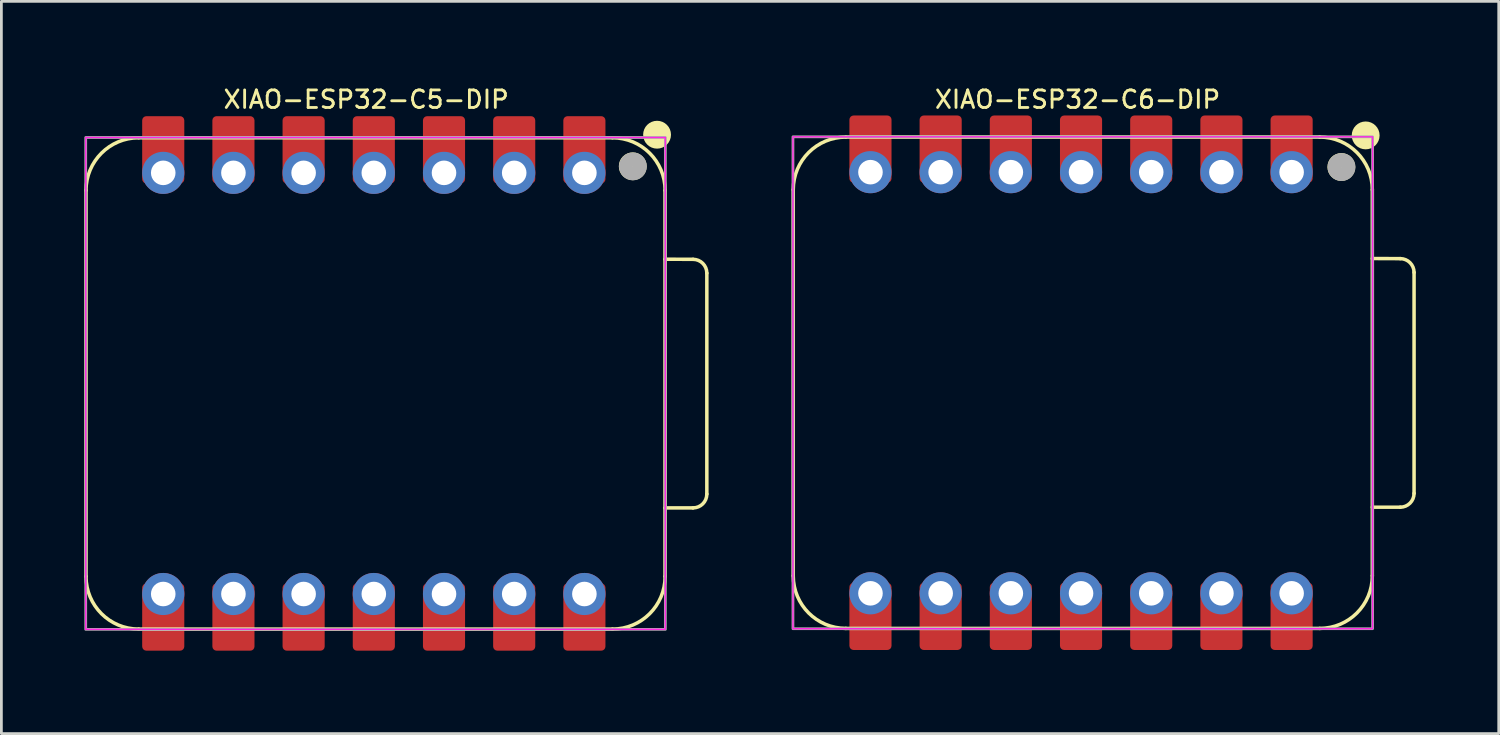
<source format=kicad_pcb>
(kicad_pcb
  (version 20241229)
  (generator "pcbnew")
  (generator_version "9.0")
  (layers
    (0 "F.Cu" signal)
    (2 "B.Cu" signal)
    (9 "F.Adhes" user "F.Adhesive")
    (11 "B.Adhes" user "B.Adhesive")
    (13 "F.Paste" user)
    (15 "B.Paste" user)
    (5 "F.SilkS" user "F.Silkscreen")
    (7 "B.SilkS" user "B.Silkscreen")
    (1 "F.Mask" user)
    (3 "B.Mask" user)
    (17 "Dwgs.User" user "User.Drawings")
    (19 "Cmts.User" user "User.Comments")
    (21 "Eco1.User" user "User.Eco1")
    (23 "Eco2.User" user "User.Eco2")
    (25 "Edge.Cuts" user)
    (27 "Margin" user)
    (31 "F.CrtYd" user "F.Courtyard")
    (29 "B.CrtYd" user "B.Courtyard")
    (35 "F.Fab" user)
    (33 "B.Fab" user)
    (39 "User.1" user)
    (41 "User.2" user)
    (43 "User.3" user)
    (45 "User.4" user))
  (footprint "XIAO-ESP32-C5-DIP"
    (layer "F.Cu")
    (at 10.477 10.825)
    (property "Reference" "XIAO-ESP32-C5-DIP" (at -0.275 -10.275 0) (unlocked yes) (layer "F.SilkS") (effects (font (size 0.635 0.635) (thickness 0.102))))
    (attr smd)
    (fp_line (start -10.414 -6.985) (end -10.414 6.985) (stroke (width 0.127) (type solid)) (layer "F.SilkS"))
    (fp_line (start -8.509 -8.89) (end 8.636 -8.89) (stroke (width 0.127) (type solid)) (layer "F.SilkS"))
    (fp_line (start -8.509 8.89) (end 8.636 8.89) (stroke (width 0.127) (type solid)) (layer "F.SilkS"))
    (fp_line (start 10.541 -4.495) (end 11.551 -4.491) (stroke (width 0.127) (type solid)) (layer "F.SilkS"))
    (fp_line (start 10.541 6.985) (end 10.541 -6.985) (stroke (width 0.1) (type solid)) (layer "F.SilkS"))
    (fp_line (start 10.541 6.985) (end 10.541 -6.985) (stroke (width 0.127) (type solid)) (layer "F.SilkS"))
    (fp_line (start 11.551 4.504) (end 10.541 4.504) (stroke (width 0.127) (type solid)) (layer "F.SilkS"))
    (fp_line (start 12.051 -3.991) (end 12.051 4.004) (stroke (width 0.127) (type solid)) (layer "F.SilkS"))
    (fp_arc (start -10.414 -6.985) (mid -9.856038 -8.332038) (end -8.509 -8.89) (stroke (width 0.127) (type solid)) (layer "F.SilkS"))
    (fp_arc (start -8.509 8.89) (mid -9.856038 8.332038) (end -10.414 6.985) (stroke (width 0.127) (type solid)) (layer "F.SilkS"))
    (fp_arc (start 8.636 -8.89) (mid 9.983038 -8.332038) (end 10.541 -6.985) (stroke (width 0.127) (type solid)) (layer "F.SilkS"))
    (fp_arc (start 10.541 6.985) (mid 9.983038 8.332038) (end 8.636 8.89) (stroke (width 0.127) (type solid)) (layer "F.SilkS"))
    (fp_arc (start 11.551272 -4.491272) (mid 11.904644 -4.344724) (end 12.051 -3.991272) (stroke (width 0.127) (type default)) (layer "F.SilkS"))
    (fp_arc (start 12.051 4.004) (mid 11.904553 4.357553) (end 11.551 4.504) (stroke (width 0.127) (type default)) (layer "F.SilkS"))
    (fp_circle (center 9.37 -7.857) (end 9.624 -7.857) (stroke (width 0.5) (type solid)) (fill yes) (layer "F.SilkS"))
    (fp_circle (center 10.25 -9) (end 10.504 -9) (stroke (width 0.5) (type solid)) (fill yes) (layer "F.SilkS"))
    (fp_rect (start -10.425 -8.9) (end 10.55 8.9) (stroke (width 0.05) (type default)) (fill no) (layer "F.CrtYd"))
    (fp_rect (start -10.425 -8.9) (end 10.55 8.9) (stroke (width 0.1) (type default)) (fill no) (layer "F.Fab"))
    (fp_circle (center 9.376 -7.854) (end 9.63 -7.854) (stroke (width 0.5) (type solid)) (fill no) (layer "F.Fab"))
    (pad "1" smd roundrect (at 7.62 -8.455 90) (size 2.432 1.524) (layers "F.Cu" "F.Mask") (roundrect_rratio 0.1))
    (pad "1" thru_hole circle (at 7.62 -7.62 90) (size 1.524 1.524) (drill 0.889) (layers "*.Cu" "*.Mask"))
    (pad "2" smd roundrect (at 5.08 -8.455 90) (size 2.432 1.524) (layers "F.Cu" "F.Mask") (roundrect_rratio 0.1))
    (pad "2" thru_hole circle (at 5.08 -7.62 90) (size 1.524 1.524) (drill 0.889) (layers "*.Cu" "*.Mask"))
    (pad "3" smd roundrect (at 2.54 -8.455 90) (size 2.432 1.524) (layers "F.Cu" "F.Mask") (roundrect_rratio 0.1))
    (pad "3" thru_hole circle (at 2.54 -7.62 90) (size 1.524 1.524) (drill 0.889) (layers "*.Cu" "*.Mask"))
    (pad "4" smd roundrect (at 0 -8.455 90) (size 2.432 1.524) (layers "F.Cu" "F.Mask") (roundrect_rratio 0.1))
    (pad "4" thru_hole circle (at 0 -7.62 90) (size 1.524 1.524) (drill 0.889) (layers "*.Cu" "*.Mask"))
    (pad "5" smd roundrect (at -2.54 -8.455 90) (size 2.432 1.524) (layers "F.Cu" "F.Mask") (roundrect_rratio 0.1))
    (pad "5" thru_hole circle (at -2.54 -7.62 90) (size 1.524 1.524) (drill 0.889) (layers "*.Cu" "*.Mask"))
    (pad "6" smd roundrect (at -5.08 -8.455 90) (size 2.432 1.524) (layers "F.Cu" "F.Mask") (roundrect_rratio 0.1))
    (pad "6" thru_hole circle (at -5.08 -7.62 90) (size 1.524 1.524) (drill 0.889) (layers "*.Cu" "*.Mask"))
    (pad "7" smd roundrect (at -7.62 -8.455 90) (size 2.432 1.524) (layers "F.Cu" "F.Mask") (roundrect_rratio 0.1))
    (pad "7" thru_hole circle (at -7.62 -7.62 90) (size 1.524 1.524) (drill 0.889) (layers "*.Cu" "*.Mask"))
    (pad "8" thru_hole circle (at -7.62 7.62 270) (size 1.524 1.524) (drill 0.889) (layers "*.Cu" "*.Mask"))
    (pad "8" smd roundrect (at -7.62 8.455 270) (size 2.432 1.524) (layers "F.Cu" "F.Mask") (roundrect_rratio 0.1))
    (pad "9" thru_hole circle (at -5.08 7.62 270) (size 1.524 1.524) (drill 0.889) (layers "*.Cu" "*.Mask"))
    (pad "9" smd roundrect (at -5.08 8.455 270) (size 2.432 1.524) (layers "F.Cu" "F.Mask") (roundrect_rratio 0.1))
    (pad "10" thru_hole circle (at -2.54 7.62 270) (size 1.524 1.524) (drill 0.889) (layers "*.Cu" "*.Mask"))
    (pad "10" smd roundrect (at -2.54 8.455 270) (size 2.432 1.524) (layers "F.Cu" "F.Mask") (roundrect_rratio 0.1))
    (pad "11" thru_hole circle (at 0 7.62 270) (size 1.524 1.524) (drill 0.889) (layers "*.Cu" "*.Mask"))
    (pad "11" smd roundrect (at 0 8.455 270) (size 2.432 1.524) (layers "F.Cu" "F.Mask") (roundrect_rratio 0.1))
    (pad "12" thru_hole circle (at 2.54 7.62 270) (size 1.524 1.524) (drill 0.889) (layers "*.Cu" "*.Mask"))
    (pad "12" smd roundrect (at 2.54 8.455 270) (size 2.432 1.524) (layers "F.Cu" "F.Mask") (roundrect_rratio 0.1))
    (pad "13" thru_hole circle (at 5.08 7.62 270) (size 1.524 1.524) (drill 0.889) (layers "*.Cu" "*.Mask"))
    (pad "13" smd roundrect (at 5.08 8.455 270) (size 2.432 1.524) (layers "F.Cu" "F.Mask") (roundrect_rratio 0.1))
    (pad "14" thru_hole circle (at 7.62 7.62 270) (size 1.524 1.524) (drill 0.889) (layers "*.Cu" "*.Mask"))
    (pad "14" smd roundrect (at 7.62 8.455 270) (size 2.432 1.524) (layers "F.Cu" "F.Mask") (roundrect_rratio 0.1)))
  (footprint "XIAO-ESP32-C6-DIP"
    (layer "F.Cu")
    (at 36.069 10.8)
    (property "Reference" "XIAO-ESP32-C6-DIP" (at -0.125 -10.25 0) (unlocked yes) (layer "F.SilkS") (effects (font (size 0.635 0.635) (thickness 0.102))))
    (attr smd)
    (fp_line (start -10.414 -6.985) (end -10.414 6.985) (stroke (width 0.127) (type solid)) (layer "F.SilkS"))
    (fp_line (start -8.509 -8.89) (end 8.636 -8.89) (stroke (width 0.127) (type solid)) (layer "F.SilkS"))
    (fp_line (start -8.509 8.89) (end 8.636 8.89) (stroke (width 0.127) (type solid)) (layer "F.SilkS"))
    (fp_line (start 10.541 -4.495) (end 11.551 -4.491) (stroke (width 0.127) (type solid)) (layer "F.SilkS"))
    (fp_line (start 10.541 6.985) (end 10.541 -6.985) (stroke (width 0.1) (type solid)) (layer "F.SilkS"))
    (fp_line (start 10.541 6.985) (end 10.541 -6.985) (stroke (width 0.127) (type solid)) (layer "F.SilkS"))
    (fp_line (start 11.551 4.504) (end 10.541 4.504) (stroke (width 0.127) (type solid)) (layer "F.SilkS"))
    (fp_line (start 12.051 -3.991) (end 12.051 4.004) (stroke (width 0.127) (type solid)) (layer "F.SilkS"))
    (fp_arc (start -10.414 -6.985) (mid -9.856038 -8.332038) (end -8.509 -8.89) (stroke (width 0.127) (type solid)) (layer "F.SilkS"))
    (fp_arc (start -8.509 8.89) (mid -9.856038 8.332038) (end -10.414 6.985) (stroke (width 0.127) (type solid)) (layer "F.SilkS"))
    (fp_arc (start 8.636 -8.89) (mid 9.983038 -8.332038) (end 10.541 -6.985) (stroke (width 0.127) (type solid)) (layer "F.SilkS"))
    (fp_arc (start 10.541 6.985) (mid 9.983038 8.332038) (end 8.636 8.89) (stroke (width 0.127) (type solid)) (layer "F.SilkS"))
    (fp_arc (start 11.551272 -4.491272) (mid 11.904644 -4.344724) (end 12.051 -3.991272) (stroke (width 0.127) (type default)) (layer "F.SilkS"))
    (fp_arc (start 12.051 4.004) (mid 11.904553 4.357553) (end 11.551 4.504) (stroke (width 0.127) (type default)) (layer "F.SilkS"))
    (fp_circle (center 9.42 -7.807) (end 9.674 -7.807) (stroke (width 0.5) (type solid)) (fill yes) (layer "F.SilkS"))
    (fp_circle (center 10.3 -8.95) (end 10.554 -8.95) (stroke (width 0.5) (type solid)) (fill yes) (layer "F.SilkS"))
    (fp_rect (start -10.425 -8.9) (end 10.55 8.9) (stroke (width 0.05) (type default)) (fill no) (layer "F.CrtYd"))
    (fp_rect (start -10.425 -8.9) (end 10.55 8.9) (stroke (width 0.1) (type default)) (fill no) (layer "F.Fab"))
    (fp_circle (center 9.426 -7.804) (end 9.68 -7.804) (stroke (width 0.5) (type solid)) (fill no) (layer "F.Fab"))
    (pad "1" smd roundrect (at 7.62 -8.455 90) (size 2.432 1.524) (layers "F.Cu" "F.Mask") (roundrect_rratio 0.1))
    (pad "1" thru_hole circle (at 7.62 -7.62 90) (size 1.524 1.524) (drill 0.889) (layers "*.Cu" "*.Mask"))
    (pad "2" smd roundrect (at 5.08 -8.455 90) (size 2.432 1.524) (layers "F.Cu" "F.Mask") (roundrect_rratio 0.1))
    (pad "2" thru_hole circle (at 5.08 -7.62 90) (size 1.524 1.524) (drill 0.889) (layers "*.Cu" "*.Mask"))
    (pad "3" smd roundrect (at 2.54 -8.455 90) (size 2.432 1.524) (layers "F.Cu" "F.Mask") (roundrect_rratio 0.1))
    (pad "3" thru_hole circle (at 2.54 -7.62 90) (size 1.524 1.524) (drill 0.889) (layers "*.Cu" "*.Mask"))
    (pad "4" smd roundrect (at 0 -8.455 90) (size 2.432 1.524) (layers "F.Cu" "F.Mask") (roundrect_rratio 0.1))
    (pad "4" thru_hole circle (at 0 -7.62 90) (size 1.524 1.524) (drill 0.889) (layers "*.Cu" "*.Mask"))
    (pad "5" smd roundrect (at -2.54 -8.455 90) (size 2.432 1.524) (layers "F.Cu" "F.Mask") (roundrect_rratio 0.1))
    (pad "5" thru_hole circle (at -2.54 -7.62 90) (size 1.524 1.524) (drill 0.889) (layers "*.Cu" "*.Mask"))
    (pad "6" smd roundrect (at -5.08 -8.455 90) (size 2.432 1.524) (layers "F.Cu" "F.Mask") (roundrect_rratio 0.1))
    (pad "6" thru_hole circle (at -5.08 -7.62 90) (size 1.524 1.524) (drill 0.889) (layers "*.Cu" "*.Mask"))
    (pad "7" smd roundrect (at -7.62 -8.455 90) (size 2.432 1.524) (layers "F.Cu" "F.Mask") (roundrect_rratio 0.1))
    (pad "7" thru_hole circle (at -7.62 -7.62 90) (size 1.524 1.524) (drill 0.889) (layers "*.Cu" "*.Mask"))
    (pad "8" thru_hole circle (at -7.62 7.62 270) (size 1.524 1.524) (drill 0.889) (layers "*.Cu" "*.Mask"))
    (pad "8" smd roundrect (at -7.62 8.455 270) (size 2.432 1.524) (layers "F.Cu" "F.Mask") (roundrect_rratio 0.1))
    (pad "9" thru_hole circle (at -5.08 7.62 270) (size 1.524 1.524) (drill 0.889) (layers "*.Cu" "*.Mask"))
    (pad "9" smd roundrect (at -5.08 8.455 270) (size 2.432 1.524) (layers "F.Cu" "F.Mask") (roundrect_rratio 0.1))
    (pad "10" thru_hole circle (at -2.54 7.62 270) (size 1.524 1.524) (drill 0.889) (layers "*.Cu" "*.Mask"))
    (pad "10" smd roundrect (at -2.54 8.455 270) (size 2.432 1.524) (layers "F.Cu" "F.Mask") (roundrect_rratio 0.1))
    (pad "11" thru_hole circle (at 0 7.62 270) (size 1.524 1.524) (drill 0.889) (layers "*.Cu" "*.Mask"))
    (pad "11" smd roundrect (at 0 8.455 270) (size 2.432 1.524) (layers "F.Cu" "F.Mask") (roundrect_rratio 0.1))
    (pad "12" thru_hole circle (at 2.54 7.62 270) (size 1.524 1.524) (drill 0.889) (layers "*.Cu" "*.Mask"))
    (pad "12" smd roundrect (at 2.54 8.455 270) (size 2.432 1.524) (layers "F.Cu" "F.Mask") (roundrect_rratio 0.1))
    (pad "13" thru_hole circle (at 5.08 7.62 270) (size 1.524 1.524) (drill 0.889) (layers "*.Cu" "*.Mask"))
    (pad "13" smd roundrect (at 5.08 8.455 270) (size 2.432 1.524) (layers "F.Cu" "F.Mask") (roundrect_rratio 0.1))
    (pad "14" thru_hole circle (at 7.62 7.62 270) (size 1.524 1.524) (drill 0.889) (layers "*.Cu" "*.Mask"))
    (pad "14" smd roundrect (at 7.62 8.455 270) (size 2.432 1.524) (layers "F.Cu" "F.Mask") (roundrect_rratio 0.1)))
  (gr_rect
    (start -3 -3)
    (end 51.184 23.496)
    (stroke (width 0.1) (type default))
    (fill no)
    (layer "Edge.Cuts")))
</source>
